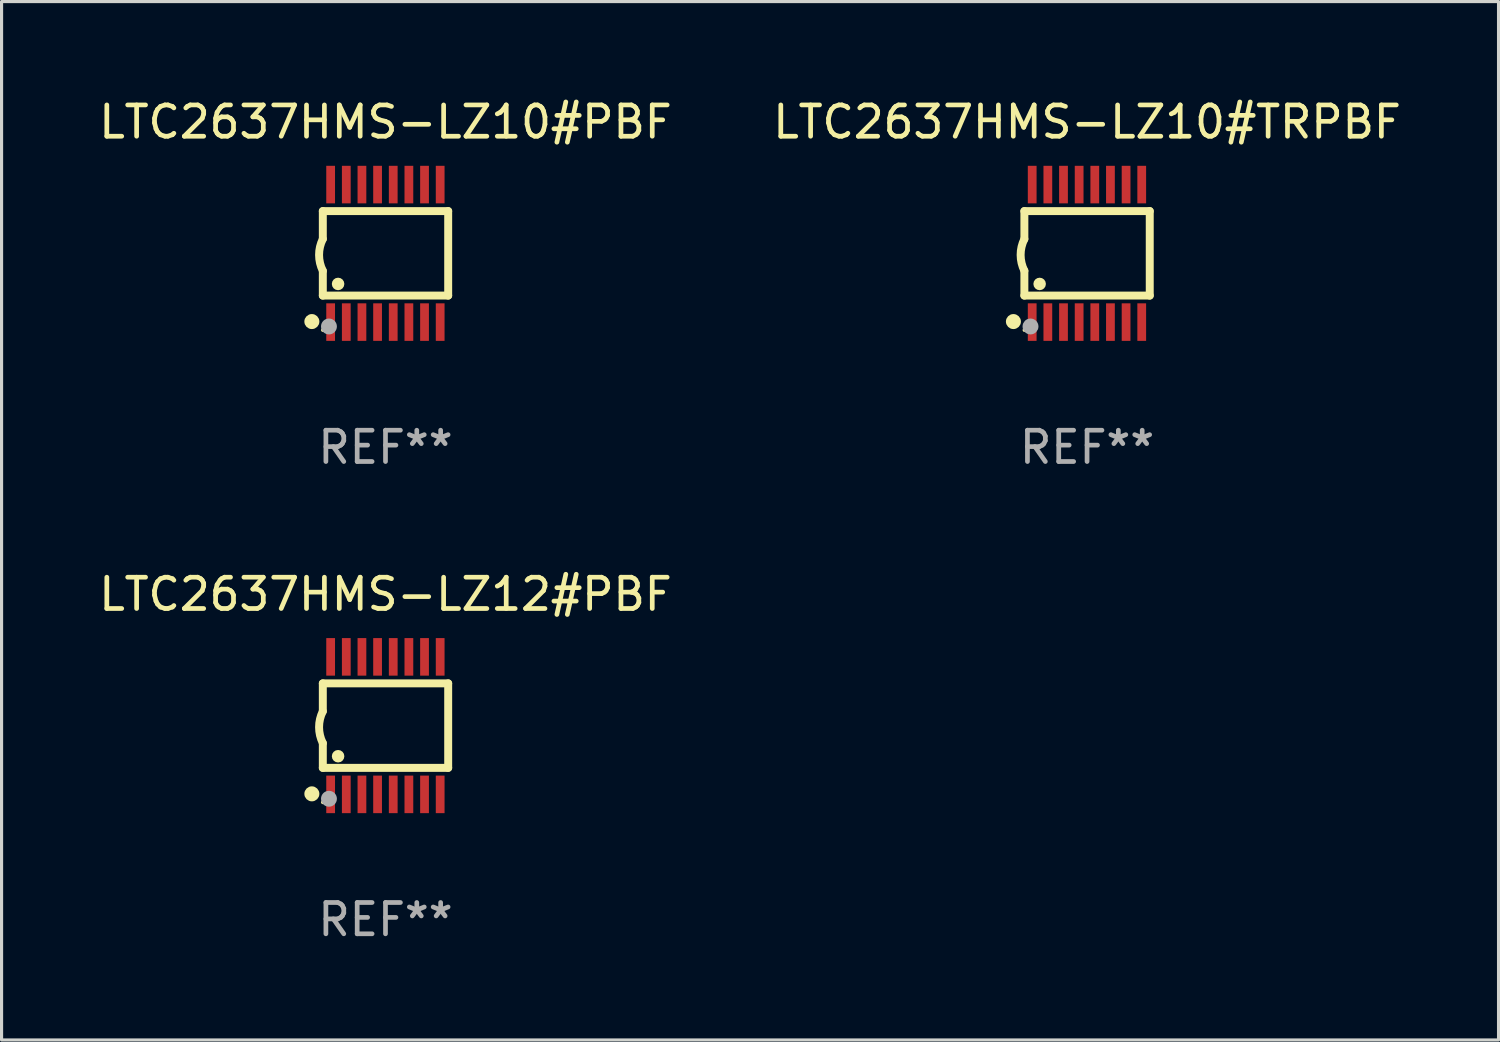
<source format=kicad_pcb>
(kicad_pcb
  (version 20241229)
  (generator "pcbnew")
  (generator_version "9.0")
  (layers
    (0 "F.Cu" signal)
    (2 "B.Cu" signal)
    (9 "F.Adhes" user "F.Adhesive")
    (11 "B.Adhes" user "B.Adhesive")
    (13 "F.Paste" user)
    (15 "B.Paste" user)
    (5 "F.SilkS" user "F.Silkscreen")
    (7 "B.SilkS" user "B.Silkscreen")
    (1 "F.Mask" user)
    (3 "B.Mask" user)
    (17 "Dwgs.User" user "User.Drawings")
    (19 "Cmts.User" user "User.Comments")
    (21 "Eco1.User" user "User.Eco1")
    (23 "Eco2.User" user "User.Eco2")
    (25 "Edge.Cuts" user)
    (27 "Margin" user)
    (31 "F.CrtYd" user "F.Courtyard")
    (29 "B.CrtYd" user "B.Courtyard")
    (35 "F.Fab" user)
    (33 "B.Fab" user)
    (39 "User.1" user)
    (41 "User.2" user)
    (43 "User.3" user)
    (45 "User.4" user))
  (footprint "LTC2637HMS-LZ10#TRPBF"
    (layer "F.Cu")
    (at 31.685 5.045)
    (property "Reference" "LTC2637HMS-LZ10#TRPBF" (at 0 -4.197 0) (layer "F.SilkS") (effects (font (size 1 1) (thickness 0.15))))
    (attr through_hole)
    (fp_line (start -2.003 -1.35) (end -2.003 -0.457) (stroke (width 0.254) (type solid)) (layer "F.SilkS"))
    (fp_line (start -2.003 -1.35) (end 2.003 -1.35) (stroke (width 0.254) (type solid)) (layer "F.SilkS"))
    (fp_line (start -2.003 1.35) (end -2.003 0.559) (stroke (width 0.254) (type solid)) (layer "F.SilkS"))
    (fp_line (start -2.003 1.35) (end 2.003 1.35) (stroke (width 0.254) (type solid)) (layer "F.SilkS"))
    (fp_line (start 2.003 -1.35) (end 2.003 1.35) (stroke (width 0.254) (type solid)) (layer "F.SilkS"))
    (fp_arc (start -2.002286 0.558802) (mid -2.122556 0.05092) (end -2.003302 -0.457201) (stroke (width 0.254001) (type solid)) (layer "F.SilkS"))
    (fp_circle (center -2.353 2.18) (end -2.233 2.18) (stroke (width 0.24) (type solid)) (fill no) (layer "F.SilkS"))
    (fp_circle (center -2.003 2.45) (end -1.973 2.45) (stroke (width 0.06) (type solid)) (fill no) (layer "F.SilkS"))
    (fp_circle (center -1.515 0.978) (end -1.415 0.978) (stroke (width 0.2) (type solid)) (fill no) (layer "F.SilkS"))
    (fp_circle (center -1.807 2.337) (end -1.68 2.337) (stroke (width 0.254) (type solid)) (fill no) (layer "F.Fab"))
    (fp_text user "REF**" (at 0 6.197 0) (layer "F.Fab") (effects (font (size 1 1) (thickness 0.15))))
    (pad "1" smd rect (at -1.753 2.197 90) (size 1.2 0.28) (layers "F.Cu" "F.Mask" "F.Paste"))
    (pad "2" smd rect (at -1.253 2.197 90) (size 1.2 0.28) (layers "F.Cu" "F.Mask" "F.Paste"))
    (pad "3" smd rect (at -0.753 2.197 90) (size 1.2 0.28) (layers "F.Cu" "F.Mask" "F.Paste"))
    (pad "4" smd rect (at -0.253 2.197 90) (size 1.2 0.28) (layers "F.Cu" "F.Mask" "F.Paste"))
    (pad "5" smd rect (at 0.247 2.197 90) (size 1.2 0.28) (layers "F.Cu" "F.Mask" "F.Paste"))
    (pad "6" smd rect (at 0.747 2.197 90) (size 1.2 0.28) (layers "F.Cu" "F.Mask" "F.Paste"))
    (pad "7" smd rect (at 1.247 2.197 90) (size 1.2 0.28) (layers "F.Cu" "F.Mask" "F.Paste"))
    (pad "8" smd rect (at 1.747 2.197 90) (size 1.2 0.28) (layers "F.Cu" "F.Mask" "F.Paste"))
    (pad "9" smd rect (at 1.747 -2.197 90) (size 1.2 0.28) (layers "F.Cu" "F.Mask" "F.Paste"))
    (pad "10" smd rect (at 1.247 -2.197 90) (size 1.2 0.28) (layers "F.Cu" "F.Mask" "F.Paste"))
    (pad "11" smd rect (at 0.747 -2.197 90) (size 1.2 0.28) (layers "F.Cu" "F.Mask" "F.Paste"))
    (pad "12" smd rect (at 0.247 -2.197 90) (size 1.2 0.28) (layers "F.Cu" "F.Mask" "F.Paste"))
    (pad "13" smd rect (at -0.253 -2.197 90) (size 1.2 0.28) (layers "F.Cu" "F.Mask" "F.Paste"))
    (pad "14" smd rect (at -0.753 -2.197 90) (size 1.2 0.28) (layers "F.Cu" "F.Mask" "F.Paste"))
    (pad "15" smd rect (at -1.253 -2.197 90) (size 1.2 0.28) (layers "F.Cu" "F.Mask" "F.Paste"))
    (pad "16" smd rect (at -1.753 -2.197 90) (size 1.2 0.28) (layers "F.Cu" "F.Mask" "F.Paste")))
  (footprint "LTC2637HMS-LZ12#PBF"
    (layer "F.Cu")
    (at 9.268 20.136)
    (property "Reference" "LTC2637HMS-LZ12#PBF" (at 0 -4.197 0) (layer "F.SilkS") (effects (font (size 1 1) (thickness 0.15))))
    (attr through_hole)
    (fp_line (start -2.003 -1.35) (end -2.003 -0.457) (stroke (width 0.254) (type solid)) (layer "F.SilkS"))
    (fp_line (start -2.003 -1.35) (end 2.003 -1.35) (stroke (width 0.254) (type solid)) (layer "F.SilkS"))
    (fp_line (start -2.003 1.35) (end -2.003 0.559) (stroke (width 0.254) (type solid)) (layer "F.SilkS"))
    (fp_line (start -2.003 1.35) (end 2.003 1.35) (stroke (width 0.254) (type solid)) (layer "F.SilkS"))
    (fp_line (start 2.003 -1.35) (end 2.003 1.35) (stroke (width 0.254) (type solid)) (layer "F.SilkS"))
    (fp_arc (start -2.002286 0.558802) (mid -2.122556 0.05092) (end -2.003302 -0.457201) (stroke (width 0.254001) (type solid)) (layer "F.SilkS"))
    (fp_circle (center -2.353 2.18) (end -2.233 2.18) (stroke (width 0.24) (type solid)) (fill no) (layer "F.SilkS"))
    (fp_circle (center -2.003 2.45) (end -1.973 2.45) (stroke (width 0.06) (type solid)) (fill no) (layer "F.SilkS"))
    (fp_circle (center -1.515 0.978) (end -1.415 0.978) (stroke (width 0.2) (type solid)) (fill no) (layer "F.SilkS"))
    (fp_circle (center -1.807 2.337) (end -1.68 2.337) (stroke (width 0.254) (type solid)) (fill no) (layer "F.Fab"))
    (fp_text user "REF**" (at 0 6.197 0) (layer "F.Fab") (effects (font (size 1 1) (thickness 0.15))))
    (pad "1" smd rect (at -1.753 2.197 90) (size 1.2 0.28) (layers "F.Cu" "F.Mask" "F.Paste"))
    (pad "2" smd rect (at -1.253 2.197 90) (size 1.2 0.28) (layers "F.Cu" "F.Mask" "F.Paste"))
    (pad "3" smd rect (at -0.753 2.197 90) (size 1.2 0.28) (layers "F.Cu" "F.Mask" "F.Paste"))
    (pad "4" smd rect (at -0.253 2.197 90) (size 1.2 0.28) (layers "F.Cu" "F.Mask" "F.Paste"))
    (pad "5" smd rect (at 0.247 2.197 90) (size 1.2 0.28) (layers "F.Cu" "F.Mask" "F.Paste"))
    (pad "6" smd rect (at 0.747 2.197 90) (size 1.2 0.28) (layers "F.Cu" "F.Mask" "F.Paste"))
    (pad "7" smd rect (at 1.247 2.197 90) (size 1.2 0.28) (layers "F.Cu" "F.Mask" "F.Paste"))
    (pad "8" smd rect (at 1.747 2.197 90) (size 1.2 0.28) (layers "F.Cu" "F.Mask" "F.Paste"))
    (pad "9" smd rect (at 1.747 -2.197 90) (size 1.2 0.28) (layers "F.Cu" "F.Mask" "F.Paste"))
    (pad "10" smd rect (at 1.247 -2.197 90) (size 1.2 0.28) (layers "F.Cu" "F.Mask" "F.Paste"))
    (pad "11" smd rect (at 0.747 -2.197 90) (size 1.2 0.28) (layers "F.Cu" "F.Mask" "F.Paste"))
    (pad "12" smd rect (at 0.247 -2.197 90) (size 1.2 0.28) (layers "F.Cu" "F.Mask" "F.Paste"))
    (pad "13" smd rect (at -0.253 -2.197 90) (size 1.2 0.28) (layers "F.Cu" "F.Mask" "F.Paste"))
    (pad "14" smd rect (at -0.753 -2.197 90) (size 1.2 0.28) (layers "F.Cu" "F.Mask" "F.Paste"))
    (pad "15" smd rect (at -1.253 -2.197 90) (size 1.2 0.28) (layers "F.Cu" "F.Mask" "F.Paste"))
    (pad "16" smd rect (at -1.753 -2.197 90) (size 1.2 0.28) (layers "F.Cu" "F.Mask" "F.Paste")))
  (footprint "LTC2637HMS-LZ10#PBF"
    (layer "F.Cu")
    (at 9.268 5.045)
    (property "Reference" "LTC2637HMS-LZ10#PBF" (at 0 -4.197 0) (layer "F.SilkS") (effects (font (size 1 1) (thickness 0.15))))
    (attr through_hole)
    (fp_line (start -2.003 -1.35) (end -2.003 -0.457) (stroke (width 0.254) (type solid)) (layer "F.SilkS"))
    (fp_line (start -2.003 -1.35) (end 2.003 -1.35) (stroke (width 0.254) (type solid)) (layer "F.SilkS"))
    (fp_line (start -2.003 1.35) (end -2.003 0.559) (stroke (width 0.254) (type solid)) (layer "F.SilkS"))
    (fp_line (start -2.003 1.35) (end 2.003 1.35) (stroke (width 0.254) (type solid)) (layer "F.SilkS"))
    (fp_line (start 2.003 -1.35) (end 2.003 1.35) (stroke (width 0.254) (type solid)) (layer "F.SilkS"))
    (fp_arc (start -2.002286 0.558802) (mid -2.122556 0.05092) (end -2.003302 -0.457201) (stroke (width 0.254001) (type solid)) (layer "F.SilkS"))
    (fp_circle (center -2.353 2.18) (end -2.233 2.18) (stroke (width 0.24) (type solid)) (fill no) (layer "F.SilkS"))
    (fp_circle (center -2.003 2.45) (end -1.973 2.45) (stroke (width 0.06) (type solid)) (fill no) (layer "F.SilkS"))
    (fp_circle (center -1.515 0.978) (end -1.415 0.978) (stroke (width 0.2) (type solid)) (fill no) (layer "F.SilkS"))
    (fp_circle (center -1.807 2.337) (end -1.68 2.337) (stroke (width 0.254) (type solid)) (fill no) (layer "F.Fab"))
    (fp_text user "REF**" (at 0 6.197 0) (layer "F.Fab") (effects (font (size 1 1) (thickness 0.15))))
    (pad "1" smd rect (at -1.753 2.197 90) (size 1.2 0.28) (layers "F.Cu" "F.Mask" "F.Paste"))
    (pad "2" smd rect (at -1.253 2.197 90) (size 1.2 0.28) (layers "F.Cu" "F.Mask" "F.Paste"))
    (pad "3" smd rect (at -0.753 2.197 90) (size 1.2 0.28) (layers "F.Cu" "F.Mask" "F.Paste"))
    (pad "4" smd rect (at -0.253 2.197 90) (size 1.2 0.28) (layers "F.Cu" "F.Mask" "F.Paste"))
    (pad "5" smd rect (at 0.247 2.197 90) (size 1.2 0.28) (layers "F.Cu" "F.Mask" "F.Paste"))
    (pad "6" smd rect (at 0.747 2.197 90) (size 1.2 0.28) (layers "F.Cu" "F.Mask" "F.Paste"))
    (pad "7" smd rect (at 1.247 2.197 90) (size 1.2 0.28) (layers "F.Cu" "F.Mask" "F.Paste"))
    (pad "8" smd rect (at 1.747 2.197 90) (size 1.2 0.28) (layers "F.Cu" "F.Mask" "F.Paste"))
    (pad "9" smd rect (at 1.747 -2.197 90) (size 1.2 0.28) (layers "F.Cu" "F.Mask" "F.Paste"))
    (pad "10" smd rect (at 1.247 -2.197 90) (size 1.2 0.28) (layers "F.Cu" "F.Mask" "F.Paste"))
    (pad "11" smd rect (at 0.747 -2.197 90) (size 1.2 0.28) (layers "F.Cu" "F.Mask" "F.Paste"))
    (pad "12" smd rect (at 0.247 -2.197 90) (size 1.2 0.28) (layers "F.Cu" "F.Mask" "F.Paste"))
    (pad "13" smd rect (at -0.253 -2.197 90) (size 1.2 0.28) (layers "F.Cu" "F.Mask" "F.Paste"))
    (pad "14" smd rect (at -0.753 -2.197 90) (size 1.2 0.28) (layers "F.Cu" "F.Mask" "F.Paste"))
    (pad "15" smd rect (at -1.253 -2.197 90) (size 1.2 0.28) (layers "F.Cu" "F.Mask" "F.Paste"))
    (pad "16" smd rect (at -1.753 -2.197 90) (size 1.2 0.28) (layers "F.Cu" "F.Mask" "F.Paste")))
  (gr_rect
    (start -3 -3)
    (end 44.833 30.181)
    (stroke (width 0.1) (type default))
    (fill no)
    (layer "Edge.Cuts")))
</source>
